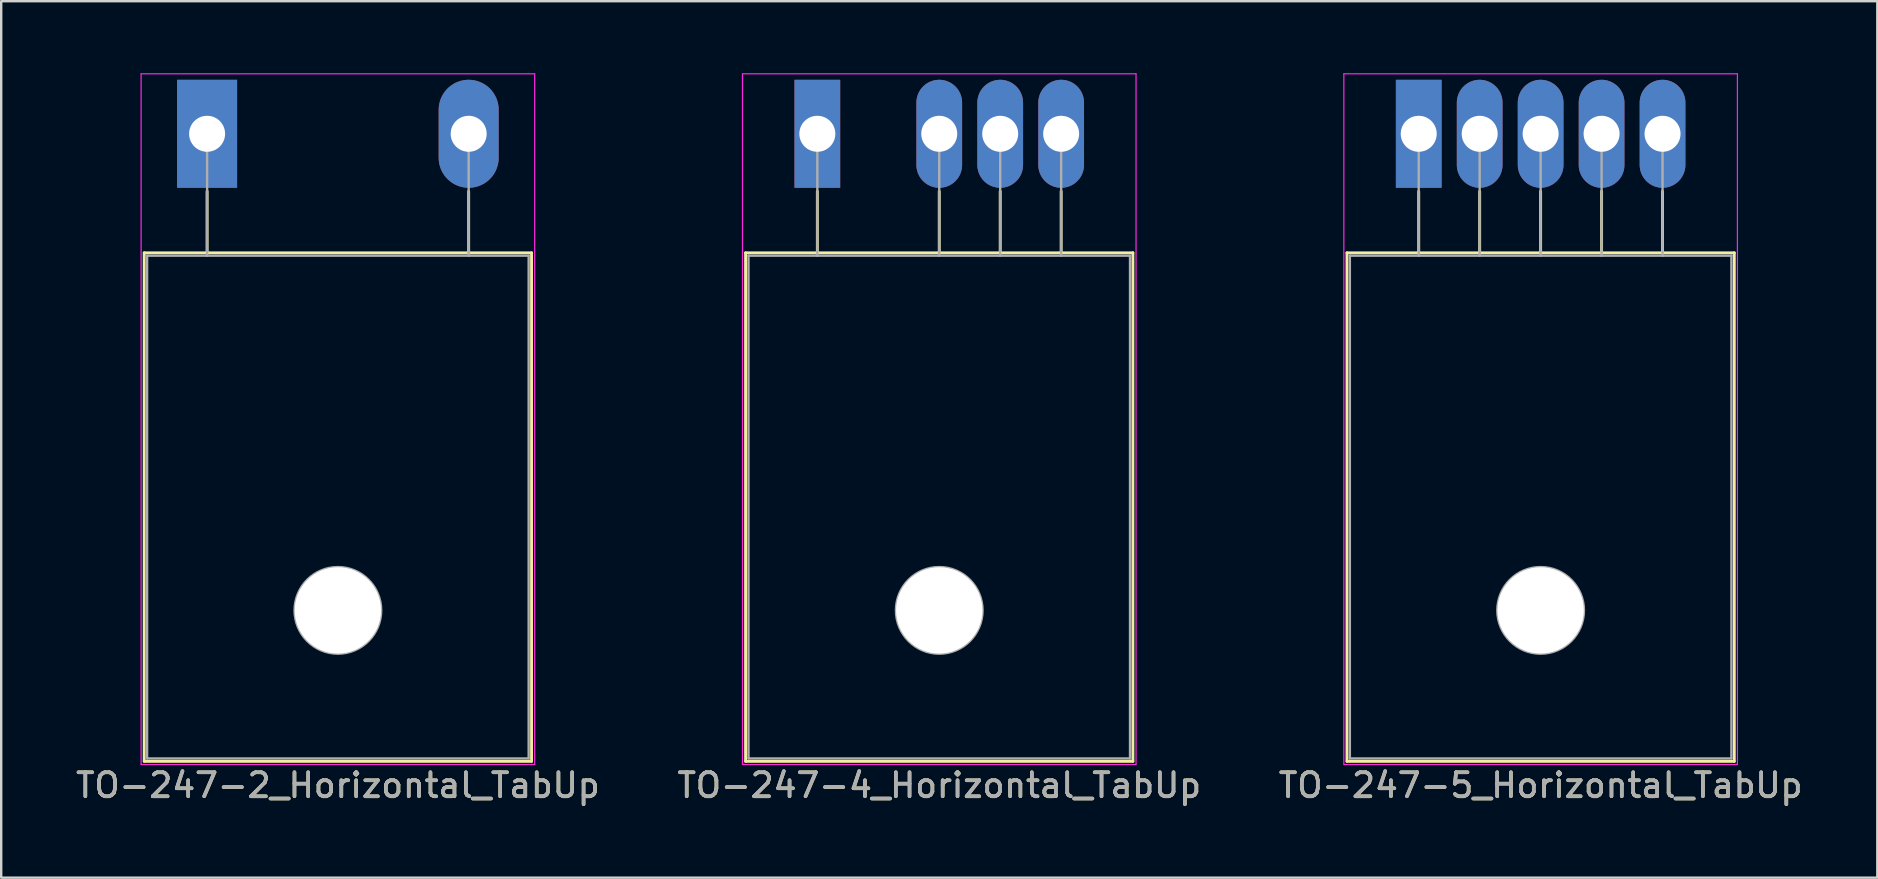
<source format=kicad_pcb>
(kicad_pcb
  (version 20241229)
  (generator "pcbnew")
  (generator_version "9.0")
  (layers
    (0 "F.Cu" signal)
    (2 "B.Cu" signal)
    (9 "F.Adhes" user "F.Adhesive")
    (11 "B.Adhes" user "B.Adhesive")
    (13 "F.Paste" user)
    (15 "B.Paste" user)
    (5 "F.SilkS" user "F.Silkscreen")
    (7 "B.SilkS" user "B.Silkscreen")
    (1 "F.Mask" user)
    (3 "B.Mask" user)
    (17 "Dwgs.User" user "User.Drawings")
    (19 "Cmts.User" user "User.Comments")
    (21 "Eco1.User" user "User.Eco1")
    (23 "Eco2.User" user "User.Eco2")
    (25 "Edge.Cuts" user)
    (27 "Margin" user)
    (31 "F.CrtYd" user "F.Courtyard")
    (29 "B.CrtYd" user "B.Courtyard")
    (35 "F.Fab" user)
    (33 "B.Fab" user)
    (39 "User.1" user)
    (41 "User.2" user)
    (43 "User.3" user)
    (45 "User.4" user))
  (footprint "TO-247-4_Horizontal_TabUp"
    (layer "F.Cu")
    (at 31.009 2.525)
    (property "Reference" "TO-247-4_Horizontal_TabUp" (at 5.08 27.15 0) (layer "F.SilkS") (effects (font (size 1 1) (thickness 0.15))))
    (attr through_hole)
    (fp_line (start -2.99 4.96) (end -2.99 26.15) (stroke (width 0.12) (type solid)) (layer "F.SilkS"))
    (fp_line (start -2.99 4.96) (end 13.15 4.96) (stroke (width 0.12) (type solid)) (layer "F.SilkS"))
    (fp_line (start -2.99 26.15) (end 13.15 26.15) (stroke (width 0.12) (type solid)) (layer "F.SilkS"))
    (fp_line (start 0 2.4) (end 0 4.96) (stroke (width 0.12) (type solid)) (layer "F.SilkS"))
    (fp_line (start 5.08 2.4) (end 5.08 4.96) (stroke (width 0.12) (type solid)) (layer "F.SilkS"))
    (fp_line (start 7.62 2.4) (end 7.62 4.96) (stroke (width 0.12) (type solid)) (layer "F.SilkS"))
    (fp_line (start 10.16 2.4) (end 10.16 4.96) (stroke (width 0.12) (type solid)) (layer "F.SilkS"))
    (fp_line (start 13.15 4.96) (end 13.15 26.15) (stroke (width 0.12) (type solid)) (layer "F.SilkS"))
    (fp_line (start -3.12 -2.5) (end -3.12 26.28) (stroke (width 0.05) (type solid)) (layer "F.CrtYd"))
    (fp_line (start -3.12 26.28) (end 13.28 26.28) (stroke (width 0.05) (type solid)) (layer "F.CrtYd"))
    (fp_line (start 13.28 -2.5) (end -3.12 -2.5) (stroke (width 0.05) (type solid)) (layer "F.CrtYd"))
    (fp_line (start 13.28 26.28) (end 13.28 -2.5) (stroke (width 0.05) (type solid)) (layer "F.CrtYd"))
    (fp_line (start -2.87 5.08) (end -2.87 26.03) (stroke (width 0.1) (type solid)) (layer "F.Fab"))
    (fp_line (start -2.87 26.03) (end 13.03 26.03) (stroke (width 0.1) (type solid)) (layer "F.Fab"))
    (fp_line (start 0 5.08) (end 0 0) (stroke (width 0.1) (type solid)) (layer "F.Fab"))
    (fp_line (start 5.08 5.08) (end 5.08 0) (stroke (width 0.1) (type solid)) (layer "F.Fab"))
    (fp_line (start 7.62 5.08) (end 7.62 0) (stroke (width 0.1) (type solid)) (layer "F.Fab"))
    (fp_line (start 10.16 5.08) (end 10.16 0) (stroke (width 0.1) (type solid)) (layer "F.Fab"))
    (fp_line (start 13.03 5.08) (end -2.87 5.08) (stroke (width 0.1) (type solid)) (layer "F.Fab"))
    (fp_line (start 13.03 26.03) (end 13.03 5.08) (stroke (width 0.1) (type solid)) (layer "F.Fab"))
    (fp_circle (center 5.08 19.86) (end 6.885 19.86) (stroke (width 0.1) (type solid)) (fill no) (layer "F.Fab"))
    (fp_text user "${REFERENCE}" (at 5.08 27.15 0) (layer "F.Fab") (effects (font (size 1 1) (thickness 0.15))))
    (pad "" np_thru_hole oval (at 5.08 19.86) (size 3.6 3.6) (drill 3.6) (layers "*.Cu" "*.Mask"))
    (pad "1" thru_hole rect (at 0 0) (size 1.905 4.5) (drill 1.5) (layers "*.Cu" "*.Mask"))
    (pad "2" thru_hole oval (at 5.08 0) (size 1.905 4.5) (drill 1.5) (layers "*.Cu" "*.Mask"))
    (pad "3" thru_hole oval (at 7.62 0) (size 1.905 4.5) (drill 1.5) (layers "*.Cu" "*.Mask"))
    (pad "4" thru_hole oval (at 10.16 0) (size 1.905 4.5) (drill 1.5) (layers "*.Cu" "*.Mask")))
  (footprint "TO-247-5_Horizontal_TabUp"
    (layer "F.Cu")
    (at 56.069 2.525)
    (property "Reference" "TO-247-5_Horizontal_TabUp" (at 5.08 27.15 0) (layer "F.SilkS") (effects (font (size 1 1) (thickness 0.15))))
    (attr through_hole)
    (fp_line (start -2.99 4.96) (end -2.99 26.15) (stroke (width 0.12) (type solid)) (layer "F.SilkS"))
    (fp_line (start -2.99 4.96) (end 13.15 4.96) (stroke (width 0.12) (type solid)) (layer "F.SilkS"))
    (fp_line (start -2.99 26.15) (end 13.15 26.15) (stroke (width 0.12) (type solid)) (layer "F.SilkS"))
    (fp_line (start 0 2.4) (end 0 4.96) (stroke (width 0.12) (type solid)) (layer "F.SilkS"))
    (fp_line (start 2.54 2.4) (end 2.54 4.96) (stroke (width 0.12) (type solid)) (layer "F.SilkS"))
    (fp_line (start 5.08 2.4) (end 5.08 4.96) (stroke (width 0.12) (type solid)) (layer "F.SilkS"))
    (fp_line (start 7.62 2.4) (end 7.62 4.96) (stroke (width 0.12) (type solid)) (layer "F.SilkS"))
    (fp_line (start 10.16 2.4) (end 10.16 4.96) (stroke (width 0.12) (type solid)) (layer "F.SilkS"))
    (fp_line (start 13.15 4.96) (end 13.15 26.15) (stroke (width 0.12) (type solid)) (layer "F.SilkS"))
    (fp_line (start -3.12 -2.5) (end -3.12 26.28) (stroke (width 0.05) (type solid)) (layer "F.CrtYd"))
    (fp_line (start -3.12 26.28) (end 13.28 26.28) (stroke (width 0.05) (type solid)) (layer "F.CrtYd"))
    (fp_line (start 13.28 -2.5) (end -3.12 -2.5) (stroke (width 0.05) (type solid)) (layer "F.CrtYd"))
    (fp_line (start 13.28 26.28) (end 13.28 -2.5) (stroke (width 0.05) (type solid)) (layer "F.CrtYd"))
    (fp_line (start -2.87 5.08) (end -2.87 26.03) (stroke (width 0.1) (type solid)) (layer "F.Fab"))
    (fp_line (start -2.87 26.03) (end 13.03 26.03) (stroke (width 0.1) (type solid)) (layer "F.Fab"))
    (fp_line (start 0 5.08) (end 0 0) (stroke (width 0.1) (type solid)) (layer "F.Fab"))
    (fp_line (start 2.54 5.08) (end 2.54 0) (stroke (width 0.1) (type solid)) (layer "F.Fab"))
    (fp_line (start 5.08 5.08) (end 5.08 0) (stroke (width 0.1) (type solid)) (layer "F.Fab"))
    (fp_line (start 7.62 5.08) (end 7.62 0) (stroke (width 0.1) (type solid)) (layer "F.Fab"))
    (fp_line (start 10.16 5.08) (end 10.16 0) (stroke (width 0.1) (type solid)) (layer "F.Fab"))
    (fp_line (start 13.03 5.08) (end -2.87 5.08) (stroke (width 0.1) (type solid)) (layer "F.Fab"))
    (fp_line (start 13.03 26.03) (end 13.03 5.08) (stroke (width 0.1) (type solid)) (layer "F.Fab"))
    (fp_circle (center 5.08 19.86) (end 6.885 19.86) (stroke (width 0.1) (type solid)) (fill no) (layer "F.Fab"))
    (fp_text user "${REFERENCE}" (at 5.08 27.15 0) (layer "F.Fab") (effects (font (size 1 1) (thickness 0.15))))
    (pad "" np_thru_hole oval (at 5.08 19.86) (size 3.6 3.6) (drill 3.6) (layers "*.Cu" "*.Mask"))
    (pad "1" thru_hole rect (at 0 0) (size 1.905 4.5) (drill 1.5) (layers "*.Cu" "*.Mask"))
    (pad "2" thru_hole oval (at 2.54 0) (size 1.905 4.5) (drill 1.5) (layers "*.Cu" "*.Mask"))
    (pad "3" thru_hole oval (at 5.08 0) (size 1.905 4.5) (drill 1.5) (layers "*.Cu" "*.Mask"))
    (pad "4" thru_hole oval (at 7.62 0) (size 1.905 4.5) (drill 1.5) (layers "*.Cu" "*.Mask"))
    (pad "5" thru_hole oval (at 10.16 0) (size 1.905 4.5) (drill 1.5) (layers "*.Cu" "*.Mask")))
  (footprint "TO-247-2_Horizontal_TabUp"
    (layer "F.Cu")
    (at 5.58 2.525)
    (property "Reference" "TO-247-2_Horizontal_TabUp" (at 5.45 27.15 0) (layer "F.SilkS") (effects (font (size 1 1) (thickness 0.15))))
    (attr through_hole)
    (fp_line (start -2.62 4.96) (end -2.62 26.15) (stroke (width 0.12) (type solid)) (layer "F.SilkS"))
    (fp_line (start -2.62 4.96) (end 13.52 4.96) (stroke (width 0.12) (type solid)) (layer "F.SilkS"))
    (fp_line (start -2.62 26.15) (end 13.52 26.15) (stroke (width 0.12) (type solid)) (layer "F.SilkS"))
    (fp_line (start 0 2.4) (end 0 4.96) (stroke (width 0.12) (type solid)) (layer "F.SilkS"))
    (fp_line (start 10.9 2.4) (end 10.9 4.96) (stroke (width 0.12) (type solid)) (layer "F.SilkS"))
    (fp_line (start 13.52 4.96) (end 13.52 26.15) (stroke (width 0.12) (type solid)) (layer "F.SilkS"))
    (fp_line (start -2.75 -2.5) (end -2.75 26.28) (stroke (width 0.05) (type solid)) (layer "F.CrtYd"))
    (fp_line (start -2.75 26.28) (end 13.65 26.28) (stroke (width 0.05) (type solid)) (layer "F.CrtYd"))
    (fp_line (start 13.65 -2.5) (end -2.75 -2.5) (stroke (width 0.05) (type solid)) (layer "F.CrtYd"))
    (fp_line (start 13.65 26.28) (end 13.65 -2.5) (stroke (width 0.05) (type solid)) (layer "F.CrtYd"))
    (fp_line (start -2.5 5.08) (end -2.5 26.03) (stroke (width 0.1) (type solid)) (layer "F.Fab"))
    (fp_line (start -2.5 26.03) (end 13.4 26.03) (stroke (width 0.1) (type solid)) (layer "F.Fab"))
    (fp_line (start 0 5.08) (end 0 0) (stroke (width 0.1) (type solid)) (layer "F.Fab"))
    (fp_line (start 10.9 5.08) (end 10.9 0) (stroke (width 0.1) (type solid)) (layer "F.Fab"))
    (fp_line (start 13.4 5.08) (end -2.5 5.08) (stroke (width 0.1) (type solid)) (layer "F.Fab"))
    (fp_line (start 13.4 26.03) (end 13.4 5.08) (stroke (width 0.1) (type solid)) (layer "F.Fab"))
    (fp_circle (center 5.45 19.86) (end 7.255 19.86) (stroke (width 0.1) (type solid)) (fill no) (layer "F.Fab"))
    (fp_text user "${REFERENCE}" (at 5.45 27.15 0) (layer "F.Fab") (effects (font (size 1 1) (thickness 0.15))))
    (pad "" np_thru_hole oval (at 5.45 19.86) (size 3.6 3.6) (drill 3.6) (layers "*.Cu" "*.Mask"))
    (pad "1" thru_hole rect (at 0 0) (size 2.5 4.5) (drill 1.5) (layers "*.Cu" "*.Mask"))
    (pad "2" thru_hole oval (at 10.9 0) (size 2.5 4.5) (drill 1.5) (layers "*.Cu" "*.Mask")))
  (gr_rect
    (start -3 -3)
    (end 75.179 33.523)
    (stroke (width 0.1) (type default))
    (fill no)
    (layer "Edge.Cuts")))
</source>
